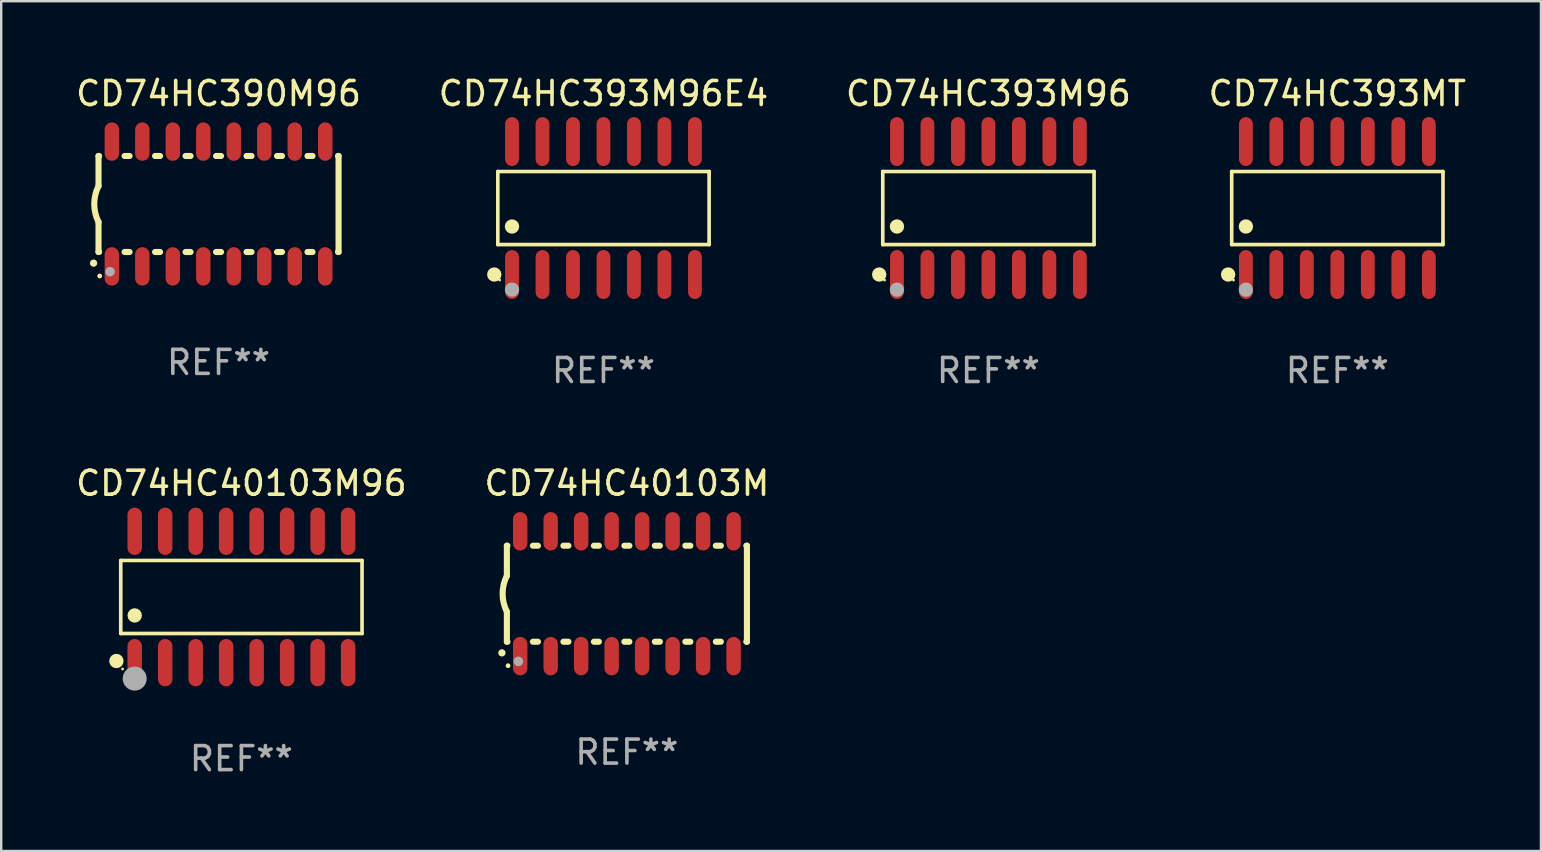
<source format=kicad_pcb>
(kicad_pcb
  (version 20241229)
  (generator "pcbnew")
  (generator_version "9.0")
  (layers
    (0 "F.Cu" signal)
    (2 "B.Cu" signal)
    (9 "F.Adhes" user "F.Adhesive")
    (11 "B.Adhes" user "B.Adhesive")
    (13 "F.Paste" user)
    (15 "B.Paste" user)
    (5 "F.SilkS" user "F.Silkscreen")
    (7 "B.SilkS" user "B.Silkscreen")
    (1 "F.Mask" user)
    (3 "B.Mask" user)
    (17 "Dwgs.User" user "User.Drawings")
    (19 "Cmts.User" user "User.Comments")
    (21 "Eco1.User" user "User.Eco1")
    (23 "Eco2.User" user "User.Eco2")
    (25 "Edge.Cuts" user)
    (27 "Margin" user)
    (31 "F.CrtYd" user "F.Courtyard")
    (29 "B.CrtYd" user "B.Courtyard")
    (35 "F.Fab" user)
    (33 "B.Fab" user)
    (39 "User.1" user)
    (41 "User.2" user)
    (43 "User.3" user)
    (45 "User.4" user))
  (footprint "CD74HC390M96"
    (layer "F.Cu")
    (at 6.054 5.448)
    (property "Reference" "CD74HC390M96" (at 0 -4.6 0) (layer "F.SilkS") (effects (font (size 1 1) (thickness 0.15))))
    (attr through_hole)
    (fp_line (start -5 -2) (end -5 -0.75) (stroke (width 0.254) (type solid)) (layer "F.SilkS"))
    (fp_line (start -5 -2) (end -4.976 -2) (stroke (width 0.254) (type solid)) (layer "F.SilkS"))
    (fp_line (start -5 2) (end -5 0.75) (stroke (width 0.254) (type solid)) (layer "F.SilkS"))
    (fp_line (start -5 2) (end -4.976 2) (stroke (width 0.254) (type solid)) (layer "F.SilkS"))
    (fp_line (start -3.914 -2) (end -3.706 -2) (stroke (width 0.254) (type solid)) (layer "F.SilkS"))
    (fp_line (start -3.914 2) (end -3.706 2) (stroke (width 0.254) (type solid)) (layer "F.SilkS"))
    (fp_line (start -2.644 -2) (end -2.436 -2) (stroke (width 0.254) (type solid)) (layer "F.SilkS"))
    (fp_line (start -2.644 2) (end -2.436 2) (stroke (width 0.254) (type solid)) (layer "F.SilkS"))
    (fp_line (start -1.374 -2) (end -1.166 -2) (stroke (width 0.254) (type solid)) (layer "F.SilkS"))
    (fp_line (start -1.374 2) (end -1.166 2) (stroke (width 0.254) (type solid)) (layer "F.SilkS"))
    (fp_line (start -0.104 -2) (end 0.104 -2) (stroke (width 0.254) (type solid)) (layer "F.SilkS"))
    (fp_line (start -0.104 2) (end 0.104 2) (stroke (width 0.254) (type solid)) (layer "F.SilkS"))
    (fp_line (start 1.166 -2) (end 1.374 -2) (stroke (width 0.254) (type solid)) (layer "F.SilkS"))
    (fp_line (start 1.166 2) (end 1.374 2) (stroke (width 0.254) (type solid)) (layer "F.SilkS"))
    (fp_line (start 2.436 -2) (end 2.644 -2) (stroke (width 0.254) (type solid)) (layer "F.SilkS"))
    (fp_line (start 2.436 2) (end 2.644 2) (stroke (width 0.254) (type solid)) (layer "F.SilkS"))
    (fp_line (start 3.706 -2) (end 3.914 -2) (stroke (width 0.254) (type solid)) (layer "F.SilkS"))
    (fp_line (start 3.706 2) (end 3.914 2) (stroke (width 0.254) (type solid)) (layer "F.SilkS"))
    (fp_line (start 4.976 -2) (end 5 -2) (stroke (width 0.254) (type solid)) (layer "F.SilkS"))
    (fp_line (start 4.976 2) (end 5 2) (stroke (width 0.254) (type solid)) (layer "F.SilkS"))
    (fp_line (start 5 2) (end 5 -2) (stroke (width 0.254) (type solid)) (layer "F.SilkS"))
    (fp_arc (start -5.20701 2.46383) (mid -5.20574 2.463825) (end -5.20447 2.46383) (stroke (width 0.3) (type solid)) (layer "F.SilkS"))
    (fp_arc (start -5 0.751207) (mid -5.177192 0.00061) (end -5 -0.749987) (stroke (width 0.254001) (type solid)) (layer "F.SilkS"))
    (fp_circle (center -4.95 3) (end -4.9 3) (stroke (width 0.1) (type solid)) (fill no) (layer "F.SilkS"))
    (fp_circle (center -4.521 2.819) (end -4.421 2.819) (stroke (width 0.2) (type solid)) (fill no) (layer "F.Fab"))
    (fp_text user "REF**" (at 0 6.6 0) (layer "F.Fab") (effects (font (size 1 1) (thickness 0.15))))
    (pad "1" smd oval (at -4.445 2.6 180) (size 0.6 1.6) (layers "F.Cu" "F.Mask" "F.Paste"))
    (pad "2" smd oval (at -3.175 2.6 180) (size 0.6 1.6) (layers "F.Cu" "F.Mask" "F.Paste"))
    (pad "3" smd oval (at -1.905 2.6 180) (size 0.6 1.6) (layers "F.Cu" "F.Mask" "F.Paste"))
    (pad "4" smd oval (at -0.635 2.6 180) (size 0.6 1.6) (layers "F.Cu" "F.Mask" "F.Paste"))
    (pad "5" smd oval (at 0.635 2.6 180) (size 0.6 1.6) (layers "F.Cu" "F.Mask" "F.Paste"))
    (pad "6" smd oval (at 1.905 2.6 180) (size 0.6 1.6) (layers "F.Cu" "F.Mask" "F.Paste"))
    (pad "7" smd oval (at 3.175 2.6 180) (size 0.6 1.6) (layers "F.Cu" "F.Mask" "F.Paste"))
    (pad "8" smd oval (at 4.445 2.6 180) (size 0.6 1.6) (layers "F.Cu" "F.Mask" "F.Paste"))
    (pad "9" smd oval (at 4.445 -2.6 180) (size 0.6 1.6) (layers "F.Cu" "F.Mask" "F.Paste"))
    (pad "10" smd oval (at 3.175 -2.6 180) (size 0.6 1.6) (layers "F.Cu" "F.Mask" "F.Paste"))
    (pad "11" smd oval (at 1.905 -2.6 180) (size 0.6 1.6) (layers "F.Cu" "F.Mask" "F.Paste"))
    (pad "12" smd oval (at 0.635 -2.6 180) (size 0.6 1.6) (layers "F.Cu" "F.Mask" "F.Paste"))
    (pad "13" smd oval (at -0.635 -2.6 180) (size 0.6 1.6) (layers "F.Cu" "F.Mask" "F.Paste"))
    (pad "14" smd oval (at -1.905 -2.6 180) (size 0.6 1.6) (layers "F.Cu" "F.Mask" "F.Paste"))
    (pad "15" smd oval (at -3.175 -2.6 180) (size 0.6 1.6) (layers "F.Cu" "F.Mask" "F.Paste"))
    (pad "16" smd oval (at -4.445 -2.6 180) (size 0.6 1.6) (layers "F.Cu" "F.Mask" "F.Paste")))
  (footprint "CD74HC393MT"
    (layer "F.Cu")
    (at 52.661 5.617)
    (property "Reference" "CD74HC393MT" (at 0 -4.769 0) (layer "F.SilkS") (effects (font (size 1 1) (thickness 0.15))))
    (attr through_hole)
    (fp_line (start -4.401 -1.521) (end 4.401 -1.521) (stroke (width 0.152) (type solid)) (layer "F.SilkS"))
    (fp_line (start -4.401 1.521) (end -4.401 -1.521) (stroke (width 0.152) (type solid)) (layer "F.SilkS"))
    (fp_line (start 4.401 -1.521) (end 4.401 1.521) (stroke (width 0.152) (type solid)) (layer "F.SilkS"))
    (fp_line (start 4.401 1.521) (end -4.401 1.521) (stroke (width 0.152) (type solid)) (layer "F.SilkS"))
    (fp_circle (center -4.549 2.769) (end -4.399 2.769) (stroke (width 0.3) (type solid)) (fill no) (layer "F.SilkS"))
    (fp_circle (center -4.325 3) (end -4.295 3) (stroke (width 0.06) (type solid)) (fill no) (layer "F.SilkS"))
    (fp_circle (center -3.81 0.769) (end -3.66 0.769) (stroke (width 0.3) (type solid)) (fill no) (layer "F.SilkS"))
    (fp_circle (center -3.81 3.4) (end -3.66 3.4) (stroke (width 0.3) (type solid)) (fill no) (layer "F.Fab"))
    (fp_text user "REF**" (at 0 6.769 0) (layer "F.Fab") (effects (font (size 1 1) (thickness 0.15))))
    (pad "1" smd oval (at -3.81 2.769) (size 0.574 2.038) (layers "F.Cu" "F.Mask" "F.Paste"))
    (pad "2" smd oval (at -2.54 2.769) (size 0.574 2.038) (layers "F.Cu" "F.Mask" "F.Paste"))
    (pad "3" smd oval (at -1.27 2.769) (size 0.574 2.038) (layers "F.Cu" "F.Mask" "F.Paste"))
    (pad "4" smd oval (at 0 2.769) (size 0.574 2.038) (layers "F.Cu" "F.Mask" "F.Paste"))
    (pad "5" smd oval (at 1.27 2.769) (size 0.574 2.038) (layers "F.Cu" "F.Mask" "F.Paste"))
    (pad "6" smd oval (at 2.54 2.769) (size 0.574 2.038) (layers "F.Cu" "F.Mask" "F.Paste"))
    (pad "7" smd oval (at 3.81 2.769) (size 0.574 2.038) (layers "F.Cu" "F.Mask" "F.Paste"))
    (pad "8" smd oval (at 3.81 -2.769) (size 0.574 2.038) (layers "F.Cu" "F.Mask" "F.Paste"))
    (pad "9" smd oval (at 2.54 -2.769) (size 0.574 2.038) (layers "F.Cu" "F.Mask" "F.Paste"))
    (pad "10" smd oval (at 1.27 -2.769) (size 0.574 2.038) (layers "F.Cu" "F.Mask" "F.Paste"))
    (pad "11" smd oval (at 0 -2.769) (size 0.574 2.038) (layers "F.Cu" "F.Mask" "F.Paste"))
    (pad "12" smd oval (at -1.27 -2.769) (size 0.574 2.038) (layers "F.Cu" "F.Mask" "F.Paste"))
    (pad "13" smd oval (at -2.54 -2.769) (size 0.574 2.038) (layers "F.Cu" "F.Mask" "F.Paste"))
    (pad "14" smd oval (at -3.81 -2.769) (size 0.574 2.038) (layers "F.Cu" "F.Mask" "F.Paste")))
  (footprint "CD74HC393M96E4"
    (layer "F.Cu")
    (at 22.089 5.617)
    (property "Reference" "CD74HC393M96E4" (at 0 -4.769 0) (layer "F.SilkS") (effects (font (size 1 1) (thickness 0.15))))
    (attr through_hole)
    (fp_line (start -4.401 -1.521) (end 4.401 -1.521) (stroke (width 0.152) (type solid)) (layer "F.SilkS"))
    (fp_line (start -4.401 1.521) (end -4.401 -1.521) (stroke (width 0.152) (type solid)) (layer "F.SilkS"))
    (fp_line (start 4.401 -1.521) (end 4.401 1.521) (stroke (width 0.152) (type solid)) (layer "F.SilkS"))
    (fp_line (start 4.401 1.521) (end -4.401 1.521) (stroke (width 0.152) (type solid)) (layer "F.SilkS"))
    (fp_circle (center -4.549 2.769) (end -4.399 2.769) (stroke (width 0.3) (type solid)) (fill no) (layer "F.SilkS"))
    (fp_circle (center -4.325 3) (end -4.295 3) (stroke (width 0.06) (type solid)) (fill no) (layer "F.SilkS"))
    (fp_circle (center -3.81 0.769) (end -3.66 0.769) (stroke (width 0.3) (type solid)) (fill no) (layer "F.SilkS"))
    (fp_circle (center -3.81 3.4) (end -3.66 3.4) (stroke (width 0.3) (type solid)) (fill no) (layer "F.Fab"))
    (fp_text user "REF**" (at 0 6.769 0) (layer "F.Fab") (effects (font (size 1 1) (thickness 0.15))))
    (pad "1" smd oval (at -3.81 2.769) (size 0.574 2.038) (layers "F.Cu" "F.Mask" "F.Paste"))
    (pad "2" smd oval (at -2.54 2.769) (size 0.574 2.038) (layers "F.Cu" "F.Mask" "F.Paste"))
    (pad "3" smd oval (at -1.27 2.769) (size 0.574 2.038) (layers "F.Cu" "F.Mask" "F.Paste"))
    (pad "4" smd oval (at 0 2.769) (size 0.574 2.038) (layers "F.Cu" "F.Mask" "F.Paste"))
    (pad "5" smd oval (at 1.27 2.769) (size 0.574 2.038) (layers "F.Cu" "F.Mask" "F.Paste"))
    (pad "6" smd oval (at 2.54 2.769) (size 0.574 2.038) (layers "F.Cu" "F.Mask" "F.Paste"))
    (pad "7" smd oval (at 3.81 2.769) (size 0.574 2.038) (layers "F.Cu" "F.Mask" "F.Paste"))
    (pad "8" smd oval (at 3.81 -2.769) (size 0.574 2.038) (layers "F.Cu" "F.Mask" "F.Paste"))
    (pad "9" smd oval (at 2.54 -2.769) (size 0.574 2.038) (layers "F.Cu" "F.Mask" "F.Paste"))
    (pad "10" smd oval (at 1.27 -2.769) (size 0.574 2.038) (layers "F.Cu" "F.Mask" "F.Paste"))
    (pad "11" smd oval (at 0 -2.769) (size 0.574 2.038) (layers "F.Cu" "F.Mask" "F.Paste"))
    (pad "12" smd oval (at -1.27 -2.769) (size 0.574 2.038) (layers "F.Cu" "F.Mask" "F.Paste"))
    (pad "13" smd oval (at -2.54 -2.769) (size 0.574 2.038) (layers "F.Cu" "F.Mask" "F.Paste"))
    (pad "14" smd oval (at -3.81 -2.769) (size 0.574 2.038) (layers "F.Cu" "F.Mask" "F.Paste")))
  (footprint "CD74HC40103M96"
    (layer "F.Cu")
    (at 7.006 21.819)
    (property "Reference" "CD74HC40103M96" (at 0 -4.736 0) (layer "F.SilkS") (effects (font (size 1 1) (thickness 0.15))))
    (attr through_hole)
    (fp_line (start -5.026 -1.521) (end 5.026 -1.521) (stroke (width 0.152) (type solid)) (layer "F.SilkS"))
    (fp_line (start -5.026 1.521) (end -5.026 -1.521) (stroke (width 0.152) (type solid)) (layer "F.SilkS"))
    (fp_line (start 5.026 -1.521) (end 5.026 1.521) (stroke (width 0.152) (type solid)) (layer "F.SilkS"))
    (fp_line (start 5.026 1.521) (end -5.026 1.521) (stroke (width 0.152) (type solid)) (layer "F.SilkS"))
    (fp_circle (center -5.207 2.667) (end -5.057 2.667) (stroke (width 0.3) (type solid)) (fill no) (layer "F.SilkS"))
    (fp_circle (center -4.95 3) (end -4.92 3) (stroke (width 0.06) (type solid)) (fill no) (layer "F.SilkS"))
    (fp_circle (center -4.445 0.769) (end -4.295 0.769) (stroke (width 0.3) (type solid)) (fill no) (layer "F.SilkS"))
    (fp_circle (center -4.445 3.4) (end -4.195 3.4) (stroke (width 0.5) (type solid)) (fill no) (layer "F.Fab"))
    (fp_text user "REF**" (at 0 6.736 0) (layer "F.Fab") (effects (font (size 1 1) (thickness 0.15))))
    (pad "1" smd oval (at -4.445 2.736) (size 0.602 1.971) (layers "F.Cu" "F.Mask" "F.Paste"))
    (pad "2" smd oval (at -3.175 2.736) (size 0.602 1.971) (layers "F.Cu" "F.Mask" "F.Paste"))
    (pad "3" smd oval (at -1.905 2.736) (size 0.602 1.971) (layers "F.Cu" "F.Mask" "F.Paste"))
    (pad "4" smd oval (at -0.635 2.736) (size 0.602 1.971) (layers "F.Cu" "F.Mask" "F.Paste"))
    (pad "5" smd oval (at 0.635 2.736) (size 0.602 1.971) (layers "F.Cu" "F.Mask" "F.Paste"))
    (pad "6" smd oval (at 1.905 2.736) (size 0.602 1.971) (layers "F.Cu" "F.Mask" "F.Paste"))
    (pad "7" smd oval (at 3.175 2.736) (size 0.602 1.971) (layers "F.Cu" "F.Mask" "F.Paste"))
    (pad "8" smd oval (at 4.445 2.736) (size 0.602 1.971) (layers "F.Cu" "F.Mask" "F.Paste"))
    (pad "9" smd oval (at 4.445 -2.736) (size 0.602 1.971) (layers "F.Cu" "F.Mask" "F.Paste"))
    (pad "10" smd oval (at 3.175 -2.736) (size 0.602 1.971) (layers "F.Cu" "F.Mask" "F.Paste"))
    (pad "11" smd oval (at 1.905 -2.736) (size 0.602 1.971) (layers "F.Cu" "F.Mask" "F.Paste"))
    (pad "12" smd oval (at 0.635 -2.736) (size 0.602 1.971) (layers "F.Cu" "F.Mask" "F.Paste"))
    (pad "13" smd oval (at -0.635 -2.736) (size 0.602 1.971) (layers "F.Cu" "F.Mask" "F.Paste"))
    (pad "14" smd oval (at -1.905 -2.736) (size 0.602 1.971) (layers "F.Cu" "F.Mask" "F.Paste"))
    (pad "15" smd oval (at -3.175 -2.736) (size 0.602 1.971) (layers "F.Cu" "F.Mask" "F.Paste"))
    (pad "16" smd oval (at -4.445 -2.736) (size 0.602 1.971) (layers "F.Cu" "F.Mask" "F.Paste")))
  (footprint "CD74HC393M96"
    (layer "F.Cu")
    (at 38.125 5.617)
    (property "Reference" "CD74HC393M96" (at 0 -4.769 0) (layer "F.SilkS") (effects (font (size 1 1) (thickness 0.15))))
    (attr through_hole)
    (fp_line (start -4.401 -1.521) (end 4.401 -1.521) (stroke (width 0.152) (type solid)) (layer "F.SilkS"))
    (fp_line (start -4.401 1.521) (end -4.401 -1.521) (stroke (width 0.152) (type solid)) (layer "F.SilkS"))
    (fp_line (start 4.401 -1.521) (end 4.401 1.521) (stroke (width 0.152) (type solid)) (layer "F.SilkS"))
    (fp_line (start 4.401 1.521) (end -4.401 1.521) (stroke (width 0.152) (type solid)) (layer "F.SilkS"))
    (fp_circle (center -4.549 2.769) (end -4.399 2.769) (stroke (width 0.3) (type solid)) (fill no) (layer "F.SilkS"))
    (fp_circle (center -4.325 3) (end -4.295 3) (stroke (width 0.06) (type solid)) (fill no) (layer "F.SilkS"))
    (fp_circle (center -3.81 0.769) (end -3.66 0.769) (stroke (width 0.3) (type solid)) (fill no) (layer "F.SilkS"))
    (fp_circle (center -3.81 3.4) (end -3.66 3.4) (stroke (width 0.3) (type solid)) (fill no) (layer "F.Fab"))
    (fp_text user "REF**" (at 0 6.769 0) (layer "F.Fab") (effects (font (size 1 1) (thickness 0.15))))
    (pad "1" smd oval (at -3.81 2.769) (size 0.574 2.038) (layers "F.Cu" "F.Mask" "F.Paste"))
    (pad "2" smd oval (at -2.54 2.769) (size 0.574 2.038) (layers "F.Cu" "F.Mask" "F.Paste"))
    (pad "3" smd oval (at -1.27 2.769) (size 0.574 2.038) (layers "F.Cu" "F.Mask" "F.Paste"))
    (pad "4" smd oval (at 0 2.769) (size 0.574 2.038) (layers "F.Cu" "F.Mask" "F.Paste"))
    (pad "5" smd oval (at 1.27 2.769) (size 0.574 2.038) (layers "F.Cu" "F.Mask" "F.Paste"))
    (pad "6" smd oval (at 2.54 2.769) (size 0.574 2.038) (layers "F.Cu" "F.Mask" "F.Paste"))
    (pad "7" smd oval (at 3.81 2.769) (size 0.574 2.038) (layers "F.Cu" "F.Mask" "F.Paste"))
    (pad "8" smd oval (at 3.81 -2.769) (size 0.574 2.038) (layers "F.Cu" "F.Mask" "F.Paste"))
    (pad "9" smd oval (at 2.54 -2.769) (size 0.574 2.038) (layers "F.Cu" "F.Mask" "F.Paste"))
    (pad "10" smd oval (at 1.27 -2.769) (size 0.574 2.038) (layers "F.Cu" "F.Mask" "F.Paste"))
    (pad "11" smd oval (at 0 -2.769) (size 0.574 2.038) (layers "F.Cu" "F.Mask" "F.Paste"))
    (pad "12" smd oval (at -1.27 -2.769) (size 0.574 2.038) (layers "F.Cu" "F.Mask" "F.Paste"))
    (pad "13" smd oval (at -2.54 -2.769) (size 0.574 2.038) (layers "F.Cu" "F.Mask" "F.Paste"))
    (pad "14" smd oval (at -3.81 -2.769) (size 0.574 2.038) (layers "F.Cu" "F.Mask" "F.Paste")))
  (footprint "CD74HC40103M"
    (layer "F.Cu")
    (at 23.065 21.683)
    (property "Reference" "CD74HC40103M" (at 0 -4.6 0) (layer "F.SilkS") (effects (font (size 1 1) (thickness 0.15))))
    (attr through_hole)
    (fp_line (start -5 -2) (end -5 -0.75) (stroke (width 0.254) (type solid)) (layer "F.SilkS"))
    (fp_line (start -5 -2) (end -4.976 -2) (stroke (width 0.254) (type solid)) (layer "F.SilkS"))
    (fp_line (start -5 2) (end -5 0.75) (stroke (width 0.254) (type solid)) (layer "F.SilkS"))
    (fp_line (start -5 2) (end -4.976 2) (stroke (width 0.254) (type solid)) (layer "F.SilkS"))
    (fp_line (start -3.914 -2) (end -3.706 -2) (stroke (width 0.254) (type solid)) (layer "F.SilkS"))
    (fp_line (start -3.914 2) (end -3.706 2) (stroke (width 0.254) (type solid)) (layer "F.SilkS"))
    (fp_line (start -2.644 -2) (end -2.436 -2) (stroke (width 0.254) (type solid)) (layer "F.SilkS"))
    (fp_line (start -2.644 2) (end -2.436 2) (stroke (width 0.254) (type solid)) (layer "F.SilkS"))
    (fp_line (start -1.374 -2) (end -1.166 -2) (stroke (width 0.254) (type solid)) (layer "F.SilkS"))
    (fp_line (start -1.374 2) (end -1.166 2) (stroke (width 0.254) (type solid)) (layer "F.SilkS"))
    (fp_line (start -0.104 -2) (end 0.104 -2) (stroke (width 0.254) (type solid)) (layer "F.SilkS"))
    (fp_line (start -0.104 2) (end 0.104 2) (stroke (width 0.254) (type solid)) (layer "F.SilkS"))
    (fp_line (start 1.166 -2) (end 1.374 -2) (stroke (width 0.254) (type solid)) (layer "F.SilkS"))
    (fp_line (start 1.166 2) (end 1.374 2) (stroke (width 0.254) (type solid)) (layer "F.SilkS"))
    (fp_line (start 2.436 -2) (end 2.644 -2) (stroke (width 0.254) (type solid)) (layer "F.SilkS"))
    (fp_line (start 2.436 2) (end 2.644 2) (stroke (width 0.254) (type solid)) (layer "F.SilkS"))
    (fp_line (start 3.706 -2) (end 3.914 -2) (stroke (width 0.254) (type solid)) (layer "F.SilkS"))
    (fp_line (start 3.706 2) (end 3.914 2) (stroke (width 0.254) (type solid)) (layer "F.SilkS"))
    (fp_line (start 4.976 -2) (end 5 -2) (stroke (width 0.254) (type solid)) (layer "F.SilkS"))
    (fp_line (start 4.976 2) (end 5 2) (stroke (width 0.254) (type solid)) (layer "F.SilkS"))
    (fp_line (start 5 2) (end 5 -2) (stroke (width 0.254) (type solid)) (layer "F.SilkS"))
    (fp_arc (start -5.20701 2.46383) (mid -5.20574 2.463825) (end -5.20447 2.46383) (stroke (width 0.3) (type solid)) (layer "F.SilkS"))
    (fp_arc (start -5 0.751207) (mid -5.177192 0.00061) (end -5 -0.749987) (stroke (width 0.254001) (type solid)) (layer "F.SilkS"))
    (fp_circle (center -4.95 3) (end -4.9 3) (stroke (width 0.1) (type solid)) (fill no) (layer "F.SilkS"))
    (fp_circle (center -4.521 2.819) (end -4.421 2.819) (stroke (width 0.2) (type solid)) (fill no) (layer "F.Fab"))
    (fp_text user "REF**" (at 0 6.6 0) (layer "F.Fab") (effects (font (size 1 1) (thickness 0.15))))
    (pad "1" smd oval (at -4.445 2.6 180) (size 0.6 1.6) (layers "F.Cu" "F.Mask" "F.Paste"))
    (pad "2" smd oval (at -3.175 2.6 180) (size 0.6 1.6) (layers "F.Cu" "F.Mask" "F.Paste"))
    (pad "3" smd oval (at -1.905 2.6 180) (size 0.6 1.6) (layers "F.Cu" "F.Mask" "F.Paste"))
    (pad "4" smd oval (at -0.635 2.6 180) (size 0.6 1.6) (layers "F.Cu" "F.Mask" "F.Paste"))
    (pad "5" smd oval (at 0.635 2.6 180) (size 0.6 1.6) (layers "F.Cu" "F.Mask" "F.Paste"))
    (pad "6" smd oval (at 1.905 2.6 180) (size 0.6 1.6) (layers "F.Cu" "F.Mask" "F.Paste"))
    (pad "7" smd oval (at 3.175 2.6 180) (size 0.6 1.6) (layers "F.Cu" "F.Mask" "F.Paste"))
    (pad "8" smd oval (at 4.445 2.6 180) (size 0.6 1.6) (layers "F.Cu" "F.Mask" "F.Paste"))
    (pad "9" smd oval (at 4.445 -2.6 180) (size 0.6 1.6) (layers "F.Cu" "F.Mask" "F.Paste"))
    (pad "10" smd oval (at 3.175 -2.6 180) (size 0.6 1.6) (layers "F.Cu" "F.Mask" "F.Paste"))
    (pad "11" smd oval (at 1.905 -2.6 180) (size 0.6 1.6) (layers "F.Cu" "F.Mask" "F.Paste"))
    (pad "12" smd oval (at 0.635 -2.6 180) (size 0.6 1.6) (layers "F.Cu" "F.Mask" "F.Paste"))
    (pad "13" smd oval (at -0.635 -2.6 180) (size 0.6 1.6) (layers "F.Cu" "F.Mask" "F.Paste"))
    (pad "14" smd oval (at -1.905 -2.6 180) (size 0.6 1.6) (layers "F.Cu" "F.Mask" "F.Paste"))
    (pad "15" smd oval (at -3.175 -2.6 180) (size 0.6 1.6) (layers "F.Cu" "F.Mask" "F.Paste"))
    (pad "16" smd oval (at -4.445 -2.6 180) (size 0.6 1.6) (layers "F.Cu" "F.Mask" "F.Paste")))
  (gr_rect
    (start -3 -3)
    (end 61.143 32.402)
    (stroke (width 0.1) (type default))
    (fill no)
    (layer "Edge.Cuts")))
</source>
